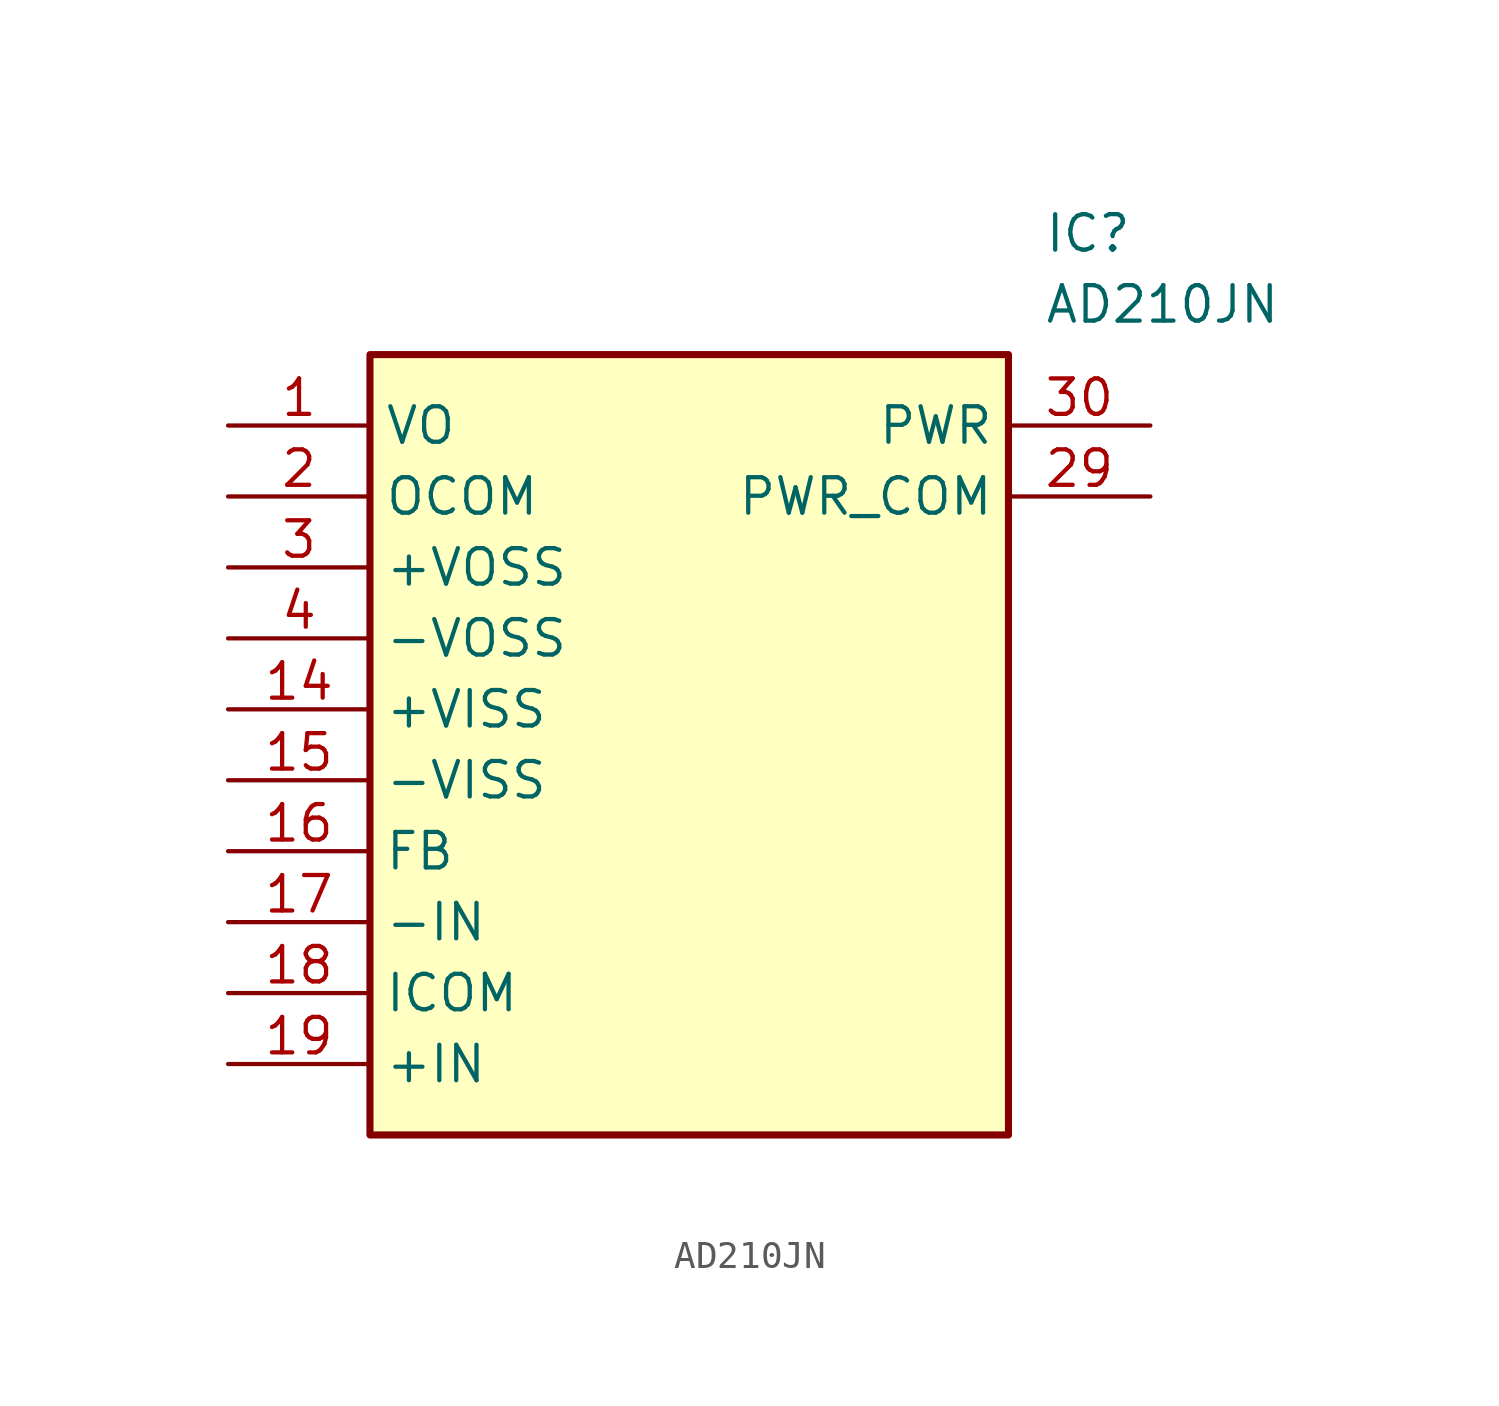
<source format=kicad_sym>
(kicad_symbol_lib
  (version 20211014)
  (generator SamacSys_ECAD_Model)
  (symbol "AD210JN"
    (property "Reference" "IC"
      (at 29.21 7.62 0)
      (effects (font (size 1.27 1.27)) (justify left top)))
    (property "Value" "AD210JN"
      (at 29.21 5.08 0)
      (effects (font (size 1.27 1.27)) (justify left top)))
    (rectangle
      (start 5.08 2.54)
      (end 27.94 -25.4)
      (stroke (width 0.254) (type default))
      (fill (type background)))
    (pin passive line
      (at 0 0 0)
      (length 5.08)
      (name "VO" (effects (font (size 1.27 1.27))))
      (number "1" (effects (font (size 1.27 1.27)))))
    (pin passive line
      (at 0 -2.54 0)
      (length 5.08)
      (name "OCOM" (effects (font (size 1.27 1.27))))
      (number "2" (effects (font (size 1.27 1.27)))))
    (pin passive line
      (at 0 -5.08 0)
      (length 5.08)
      (name "+VOSS" (effects (font (size 1.27 1.27))))
      (number "3" (effects (font (size 1.27 1.27)))))
    (pin passive line
      (at 0 -7.62 0)
      (length 5.08)
      (name "-VOSS" (effects (font (size 1.27 1.27))))
      (number "4" (effects (font (size 1.27 1.27)))))
    (pin passive line
      (at 0 -10.16 0)
      (length 5.08)
      (name "+VISS" (effects (font (size 1.27 1.27))))
      (number "14" (effects (font (size 1.27 1.27)))))
    (pin passive line
      (at 0 -12.7 0)
      (length 5.08)
      (name "-VISS" (effects (font (size 1.27 1.27))))
      (number "15" (effects (font (size 1.27 1.27)))))
    (pin passive line
      (at 0 -15.24 0)
      (length 5.08)
      (name "FB" (effects (font (size 1.27 1.27))))
      (number "16" (effects (font (size 1.27 1.27)))))
    (pin passive line
      (at 0 -17.78 0)
      (length 5.08)
      (name "-IN" (effects (font (size 1.27 1.27))))
      (number "17" (effects (font (size 1.27 1.27)))))
    (pin passive line
      (at 0 -20.32 0)
      (length 5.08)
      (name "ICOM" (effects (font (size 1.27 1.27))))
      (number "18" (effects (font (size 1.27 1.27)))))
    (pin passive line
      (at 0 -22.86 0)
      (length 5.08)
      (name "+IN" (effects (font (size 1.27 1.27))))
      (number "19" (effects (font (size 1.27 1.27)))))
    (pin passive line
      (at 33.02 -2.54 180)
      (length 5.08)
      (name "PWR_COM" (effects (font (size 1.27 1.27))))
      (number "29" (effects (font (size 1.27 1.27)))))
    (pin passive line
      (at 33.02 0 180)
      (length 5.08)
      (name "PWR" (effects (font (size 1.27 1.27))))
      (number "30" (effects (font (size 1.27 1.27)))))))
</source>
